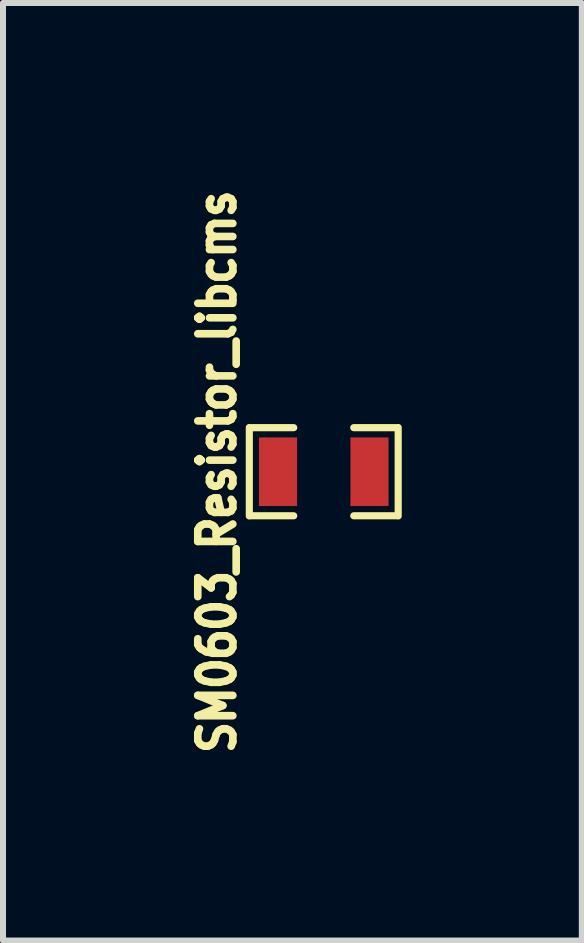
<source format=kicad_pcb>
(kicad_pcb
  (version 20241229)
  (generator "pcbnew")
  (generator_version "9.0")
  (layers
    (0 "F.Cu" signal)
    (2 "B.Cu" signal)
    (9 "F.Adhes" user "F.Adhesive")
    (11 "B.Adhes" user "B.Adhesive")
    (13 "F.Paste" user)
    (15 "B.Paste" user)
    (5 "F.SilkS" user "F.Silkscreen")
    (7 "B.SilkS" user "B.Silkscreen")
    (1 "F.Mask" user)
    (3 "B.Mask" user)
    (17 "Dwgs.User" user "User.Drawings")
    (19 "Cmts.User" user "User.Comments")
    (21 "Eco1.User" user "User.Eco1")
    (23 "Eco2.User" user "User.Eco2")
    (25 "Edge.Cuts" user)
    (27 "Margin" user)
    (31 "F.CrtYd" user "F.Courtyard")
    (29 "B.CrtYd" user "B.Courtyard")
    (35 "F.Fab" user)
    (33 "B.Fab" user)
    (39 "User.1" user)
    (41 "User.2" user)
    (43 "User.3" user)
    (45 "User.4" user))
  (footprint "SM0603_Resistor_libcms"
    (layer "F.Cu")
    (at 2.343 4.808)
    (property "Reference" "SM0603_Resistor_libcms" (at -1.778 0 90) (layer "F.SilkS") (effects (font (size 0.584 0.508) (thickness 0.127))))
    (attr smd)
    (fp_line (start -1.24 0.737) (end -1.24 -0.737) (stroke (width 0.119) (type solid)) (layer "F.SilkS"))
    (fp_line (start -1.199 -0.734) (end -0.5 -0.734) (stroke (width 0.119) (type solid)) (layer "F.SilkS"))
    (fp_line (start -0.5 0.734) (end -1.199 0.734) (stroke (width 0.119) (type solid)) (layer "F.SilkS"))
    (fp_line (start 0.5 -0.734) (end 1.199 -0.734) (stroke (width 0.119) (type solid)) (layer "F.SilkS"))
    (fp_line (start 0.5 0.734) (end 1.199 0.734) (stroke (width 0.119) (type solid)) (layer "F.SilkS"))
    (fp_line (start 1.24 -0.737) (end 1.24 0.737) (stroke (width 0.119) (type solid)) (layer "F.SilkS"))
    (pad "1" smd rect (at -0.762 0) (size 0.635 1.143) (layers "F.Cu" "F.Mask" "F.Paste"))
    (pad "2" smd rect (at 0.762 0) (size 0.635 1.143) (layers "F.Cu" "F.Mask" "F.Paste")))
  (gr_rect
    (start -3 -3)
    (end 6.642 12.617)
    (stroke (width 0.1) (type default))
    (fill no)
    (layer "Edge.Cuts")))
</source>
